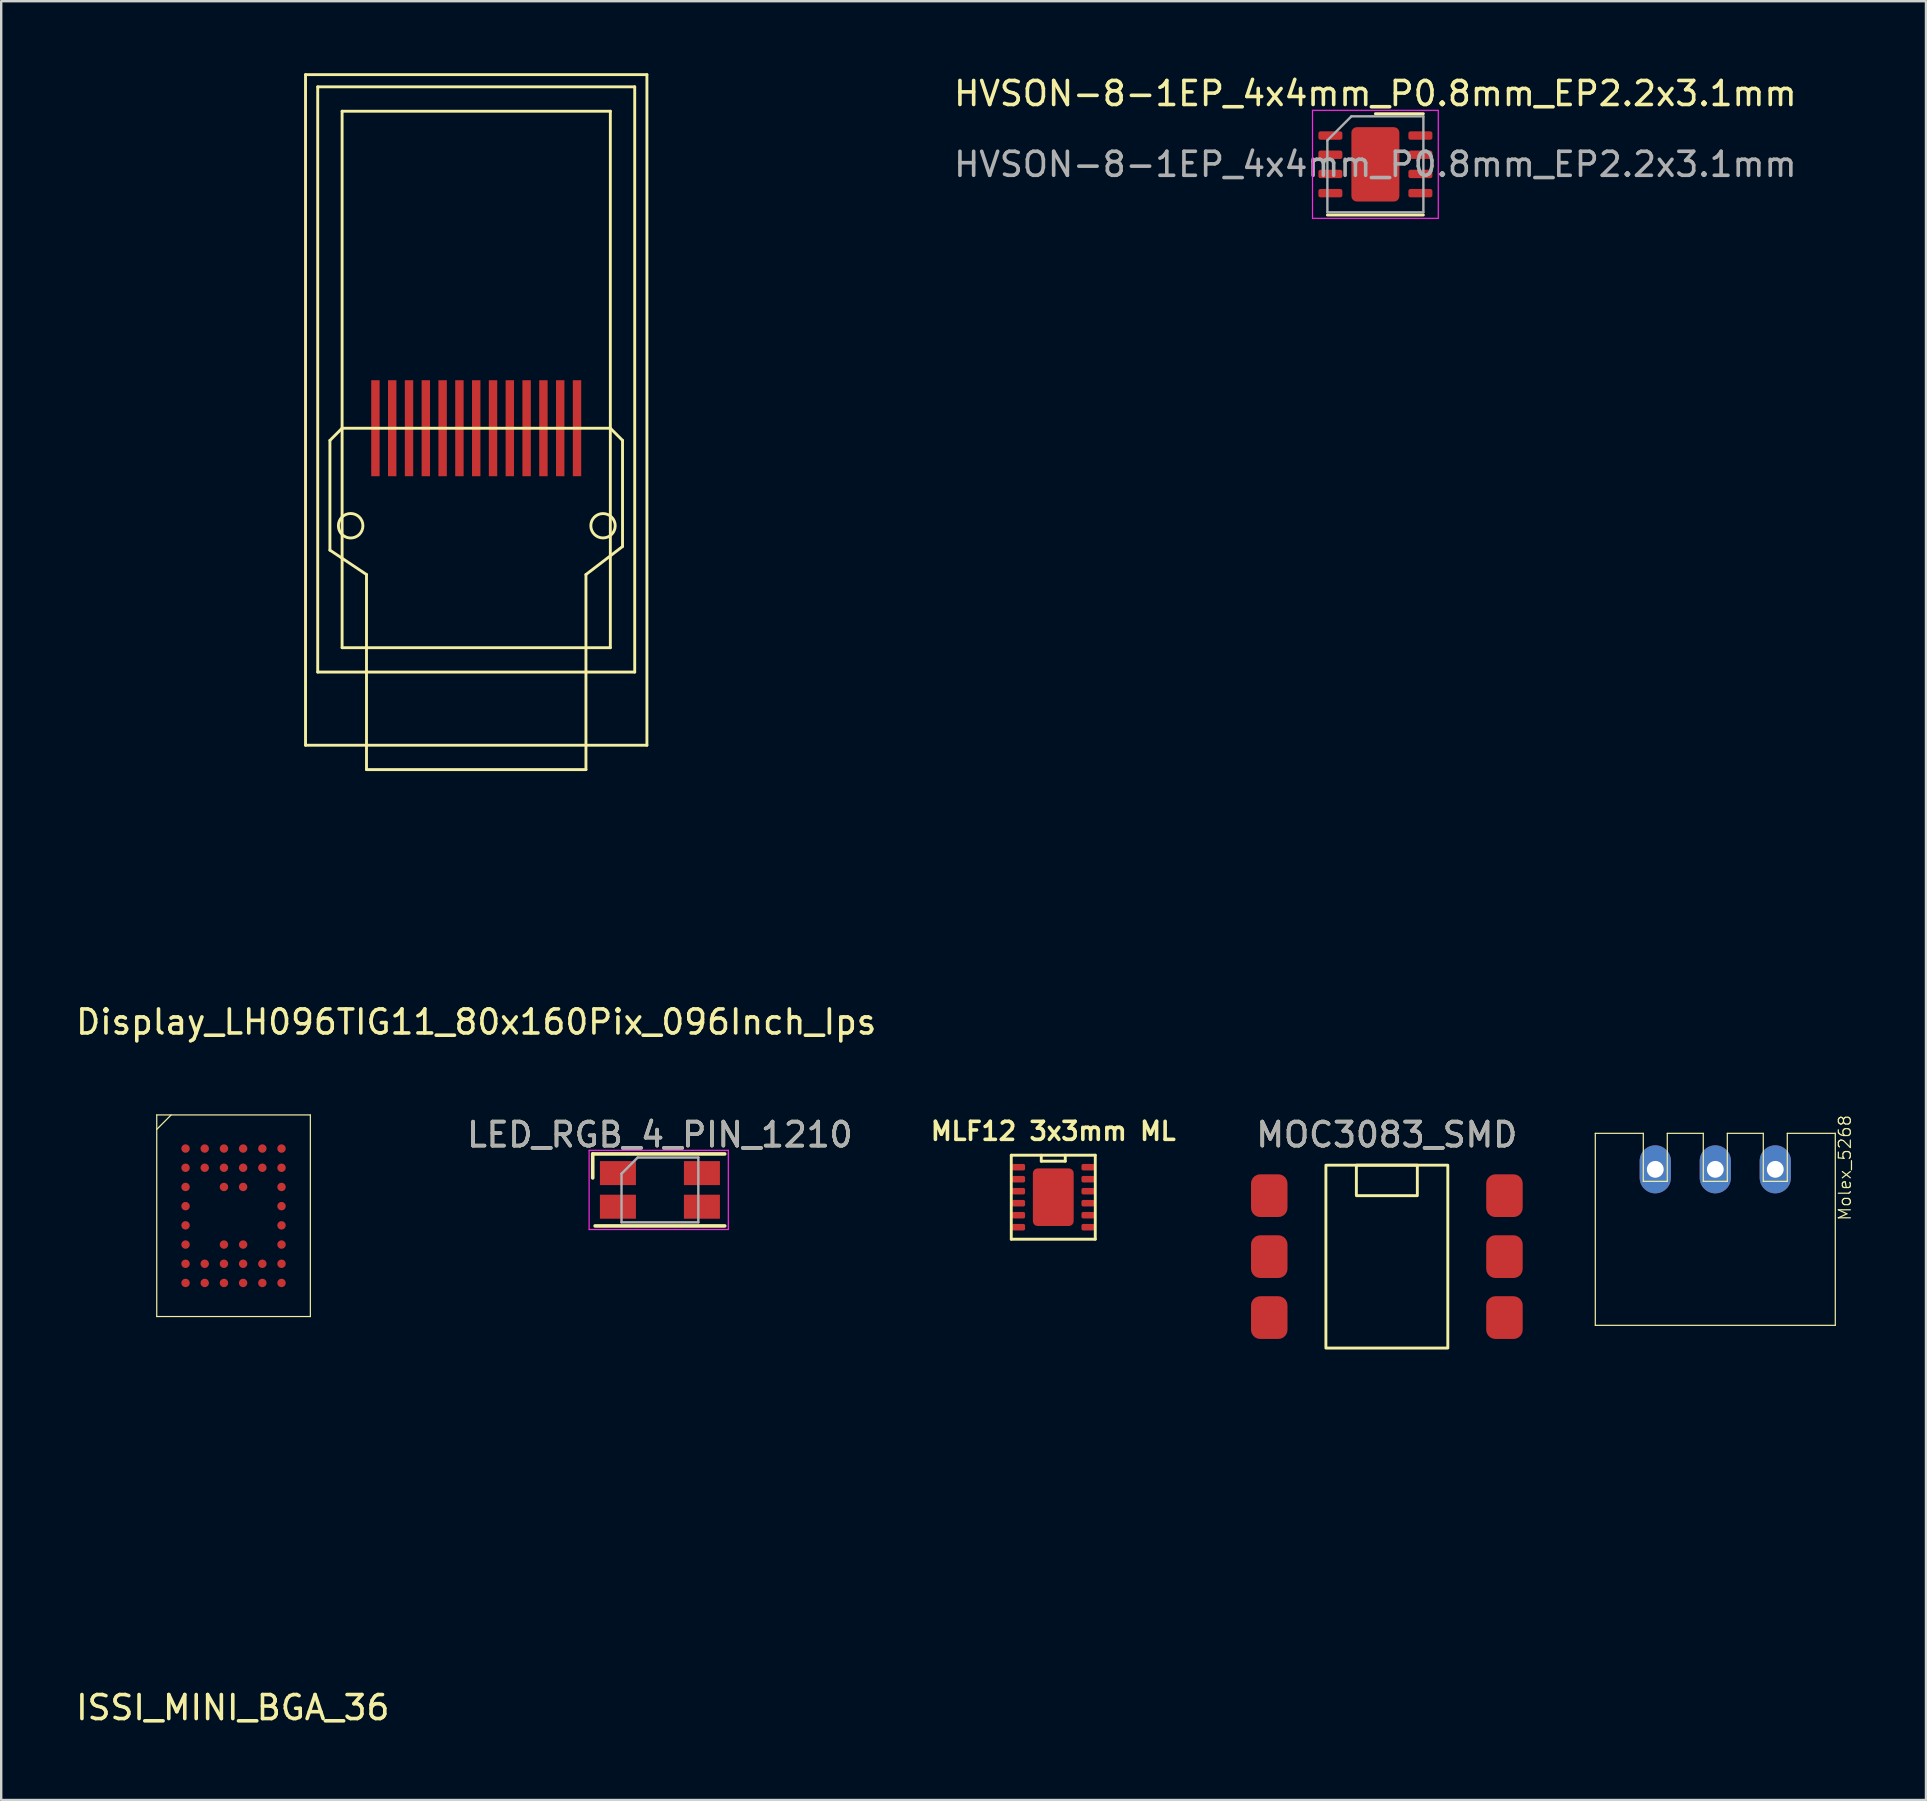
<source format=kicad_pcb>
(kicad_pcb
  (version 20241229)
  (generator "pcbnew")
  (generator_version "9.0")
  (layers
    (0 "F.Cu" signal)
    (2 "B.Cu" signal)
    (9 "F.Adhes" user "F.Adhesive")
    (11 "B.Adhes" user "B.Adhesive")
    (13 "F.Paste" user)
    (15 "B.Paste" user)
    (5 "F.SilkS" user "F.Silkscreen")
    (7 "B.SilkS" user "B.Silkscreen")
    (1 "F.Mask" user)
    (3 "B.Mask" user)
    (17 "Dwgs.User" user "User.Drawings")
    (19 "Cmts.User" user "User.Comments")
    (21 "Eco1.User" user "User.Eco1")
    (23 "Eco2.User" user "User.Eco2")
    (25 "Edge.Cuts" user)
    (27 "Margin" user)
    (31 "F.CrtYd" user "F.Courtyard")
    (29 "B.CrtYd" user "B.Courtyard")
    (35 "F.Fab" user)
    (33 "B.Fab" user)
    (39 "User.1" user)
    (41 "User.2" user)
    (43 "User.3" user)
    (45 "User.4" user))
  (footprint "MOC3083_SMD"
    (layer "F.Cu")
    (at 54.734 49.308)
    (property "Reference" "MOC3083_SMD" (at 0 -5.08 0) (unlocked yes) (layer "F.SilkS") (effects (font (size 1 1) (thickness 0.15))))
    (attr smd)
    (fp_rect (start -2.54 -3.81) (end 2.54 3.81) (stroke (width 0.12) (type solid)) (fill no) (layer "F.SilkS"))
    (fp_rect (start -1.27 -3.81) (end 1.27 -2.54) (stroke (width 0.12) (type solid)) (fill no) (layer "F.SilkS"))
    (fp_text user "${REFERENCE}" (at 0 -5.08 0) (unlocked yes) (layer "F.Fab") (effects (font (size 1 1) (thickness 0.15))))
    (pad "1" smd roundrect (at -4.9 -2.54) (size 1.52 1.78) (layers "F.Cu" "F.Mask" "F.Paste") (roundrect_rratio 0.25))
    (pad "2" smd roundrect (at -4.9 0) (size 1.52 1.78) (layers "F.Cu" "F.Mask" "F.Paste") (roundrect_rratio 0.25))
    (pad "3" smd roundrect (at -4.9 2.54) (size 1.52 1.78) (layers "F.Cu" "F.Mask" "F.Paste") (roundrect_rratio 0.25))
    (pad "4" smd roundrect (at 4.9 2.54) (size 1.52 1.78) (layers "F.Cu" "F.Mask" "F.Paste") (roundrect_rratio 0.25))
    (pad "5" smd roundrect (at 4.9 0) (size 1.52 1.78) (layers "F.Cu" "F.Mask" "F.Paste") (roundrect_rratio 0.25))
    (pad "6" smd roundrect (at 4.9 -2.54) (size 1.52 1.78) (layers "F.Cu" "F.Mask" "F.Paste") (roundrect_rratio 0.25)))
  (footprint "Display_LH096TIG11_80x160Pix_096Inch_Ips"
    (layer "F.Cu")
    (at 16.792 14.792)
    (property "Reference" "Display_LH096TIG11_80x160Pix_096Inch_Ips" (at 0 24.74 180) (layer "F.SilkS") (effects (font (size 1 1) (thickness 0.15))))
    (attr through_hole)
    (fp_line (start -7.112 -14.732) (end -7.112 13.208) (stroke (width 0.12) (type solid)) (layer "F.SilkS"))
    (fp_line (start -7.112 13.208) (end 7.112 13.208) (stroke (width 0.12) (type solid)) (layer "F.SilkS"))
    (fp_line (start -6.604 -14.224) (end 6.604 -14.224) (stroke (width 0.12) (type solid)) (layer "F.SilkS"))
    (fp_line (start -6.604 10.16) (end -6.604 -14.224) (stroke (width 0.12) (type solid)) (layer "F.SilkS"))
    (fp_line (start -6.604 10.16) (end 6.604 10.16) (stroke (width 0.12) (type solid)) (layer "F.SilkS"))
    (fp_line (start -6.096 0.508) (end -5.588 0) (stroke (width 0.12) (type solid)) (layer "F.SilkS"))
    (fp_line (start -6.096 5.08) (end -6.096 0.508) (stroke (width 0.12) (type solid)) (layer "F.SilkS"))
    (fp_line (start -6.096 5.08) (end -4.572 6.096) (stroke (width 0.12) (type solid)) (layer "F.SilkS"))
    (fp_line (start -5.588 -13.208) (end -5.588 9.144) (stroke (width 0.12) (type solid)) (layer "F.SilkS"))
    (fp_line (start -5.588 0) (end 5.588 0) (stroke (width 0.12) (type solid)) (layer "F.SilkS"))
    (fp_line (start -5.588 9.144) (end 5.588 9.144) (stroke (width 0.12) (type solid)) (layer "F.SilkS"))
    (fp_line (start -4.572 6.096) (end -4.572 14.224) (stroke (width 0.12) (type solid)) (layer "F.SilkS"))
    (fp_line (start -4.572 14.224) (end 4.572 14.224) (stroke (width 0.12) (type solid)) (layer "F.SilkS"))
    (fp_line (start 4.572 6.096) (end 6.096 4.928) (stroke (width 0.12) (type solid)) (layer "F.SilkS"))
    (fp_line (start 4.572 14.224) (end 4.572 6.096) (stroke (width 0.12) (type solid)) (layer "F.SilkS"))
    (fp_line (start 5.588 -13.208) (end -5.588 -13.208) (stroke (width 0.12) (type solid)) (layer "F.SilkS"))
    (fp_line (start 5.588 0) (end 6.096 0.508) (stroke (width 0.12) (type solid)) (layer "F.SilkS"))
    (fp_line (start 5.588 9.144) (end 5.588 -13.208) (stroke (width 0.12) (type solid)) (layer "F.SilkS"))
    (fp_line (start 6.096 4.928) (end 6.096 0.508) (stroke (width 0.12) (type solid)) (layer "F.SilkS"))
    (fp_line (start 6.604 -14.224) (end 6.604 10.16) (stroke (width 0.12) (type solid)) (layer "F.SilkS"))
    (fp_line (start 7.112 -14.732) (end -7.112 -14.732) (stroke (width 0.12) (type solid)) (layer "F.SilkS"))
    (fp_line (start 7.112 13.208) (end 7.112 -14.732) (stroke (width 0.12) (type solid)) (layer "F.SilkS"))
    (fp_circle (center -5.232 4.064) (end -5.283 3.556) (stroke (width 0.12) (type solid)) (fill no) (layer "F.SilkS"))
    (fp_circle (center 5.283 4.064) (end 4.978 3.658) (stroke (width 0.12) (type solid)) (fill no) (layer "F.SilkS"))
    (pad "1" smd rect (at 4.2 0 270) (size 4 0.35) (layers "F.Cu" "F.Mask" "F.Paste"))
    (pad "2" smd rect (at 3.5 0 270) (size 4 0.35) (layers "F.Cu" "F.Mask" "F.Paste"))
    (pad "3" smd rect (at 2.8 0 270) (size 4 0.35) (layers "F.Cu" "F.Mask" "F.Paste"))
    (pad "4" smd rect (at 2.1 0 270) (size 4 0.35) (layers "F.Cu" "F.Mask" "F.Paste"))
    (pad "5" smd rect (at 1.4 0 270) (size 4 0.35) (layers "F.Cu" "F.Mask" "F.Paste"))
    (pad "6" smd rect (at 0.7 0 270) (size 4 0.35) (layers "F.Cu" "F.Mask" "F.Paste"))
    (pad "7" smd rect (at 0 0 270) (size 4 0.35) (layers "F.Cu" "F.Mask" "F.Paste"))
    (pad "8" smd rect (at -0.7 0 270) (size 4 0.35) (layers "F.Cu" "F.Mask" "F.Paste"))
    (pad "9" smd rect (at -1.4 0 270) (size 4 0.35) (layers "F.Cu" "F.Mask" "F.Paste"))
    (pad "10" smd rect (at -2.1 0 270) (size 4 0.35) (layers "F.Cu" "F.Mask" "F.Paste"))
    (pad "11" smd rect (at -2.8 0 270) (size 4 0.35) (layers "F.Cu" "F.Mask" "F.Paste"))
    (pad "12" smd rect (at -3.5 0 270) (size 4 0.35) (layers "F.Cu" "F.Mask" "F.Paste"))
    (pad "13" smd rect (at -4.2 0 270) (size 4 0.35) (layers "F.Cu" "F.Mask" "F.Paste")))
  (footprint "MLF12 3x3mm ML"
    (layer "F.Cu")
    (at 40.835 46.832)
    (property "Reference" "MLF12 3x3mm ML" (at 0 -2.75 0) (layer "F.SilkS") (effects (font (size 0.75 0.75) (thickness 0.15))))
    (attr through_hole)
    (fp_line (start -1.75 -1.75) (end 1.75 -1.75) (stroke (width 0.12) (type solid)) (layer "F.SilkS"))
    (fp_line (start -1.75 1.75) (end -1.75 -1.75) (stroke (width 0.12) (type solid)) (layer "F.SilkS"))
    (fp_line (start -0.5 -1.75) (end -0.5 -1.5) (stroke (width 0.12) (type solid)) (layer "F.SilkS"))
    (fp_line (start -0.5 -1.5) (end 0.5 -1.5) (stroke (width 0.12) (type solid)) (layer "F.SilkS"))
    (fp_line (start 0.5 -1.5) (end 0.5 -1.75) (stroke (width 0.12) (type solid)) (layer "F.SilkS"))
    (fp_line (start 1.75 -1.75) (end 1.75 1.75) (stroke (width 0.12) (type solid)) (layer "F.SilkS"))
    (fp_line (start 1.75 1.75) (end -1.75 1.75) (stroke (width 0.12) (type solid)) (layer "F.SilkS"))
    (pad "1" smd roundrect (at -1.45 -1.25) (size 0.55 0.27) (layers "F.Cu" "F.Mask" "F.Paste") (roundrect_rratio 0.25))
    (pad "2" smd roundrect (at -1.45 -0.75) (size 0.55 0.27) (layers "F.Cu" "F.Mask" "F.Paste") (roundrect_rratio 0.25))
    (pad "3" smd roundrect (at -1.45 -0.25) (size 0.55 0.27) (layers "F.Cu" "F.Mask" "F.Paste") (roundrect_rratio 0.25))
    (pad "4" smd roundrect (at -1.45 0.25) (size 0.55 0.27) (layers "F.Cu" "F.Mask" "F.Paste") (roundrect_rratio 0.25))
    (pad "5" smd roundrect (at -1.45 0.75) (size 0.55 0.27) (layers "F.Cu" "F.Mask" "F.Paste") (roundrect_rratio 0.25))
    (pad "6" smd roundrect (at -1.45 1.25) (size 0.55 0.27) (layers "F.Cu" "F.Mask" "F.Paste") (roundrect_rratio 0.25))
    (pad "7" smd roundrect (at 1.45 1.25) (size 0.55 0.27) (layers "F.Cu" "F.Mask" "F.Paste") (roundrect_rratio 0.25))
    (pad "8" smd roundrect (at 1.45 0.75) (size 0.55 0.27) (layers "F.Cu" "F.Mask" "F.Paste") (roundrect_rratio 0.25))
    (pad "9" smd roundrect (at 1.45 0.25) (size 0.55 0.27) (layers "F.Cu" "F.Mask" "F.Paste") (roundrect_rratio 0.25))
    (pad "10" smd roundrect (at 1.45 -0.25) (size 0.55 0.27) (layers "F.Cu" "F.Mask" "F.Paste") (roundrect_rratio 0.25))
    (pad "11" smd roundrect (at 1.45 -0.75) (size 0.55 0.27) (layers "F.Cu" "F.Mask" "F.Paste") (roundrect_rratio 0.25))
    (pad "12" smd roundrect (at 1.45 -1.25) (size 0.55 0.27) (layers "F.Cu" "F.Mask" "F.Paste") (roundrect_rratio 0.25))
    (pad "13" smd roundrect (at 0 0) (size 1.7 2.4) (layers "F.Cu" "F.Mask" "F.Paste") (roundrect_rratio 0.118)))
  (footprint "ISSI_MINI_BGA_36"
    (layer "F.Cu")
    (at 6.649 47.599)
    (property "Reference" "ISSI_MINI_BGA_36" (at 0 20.5 0) (layer "F.SilkS") (effects (font (size 1 1) (thickness 0.15))))
    (attr smd)
    (fp_line (start -3.168 -4.194) (end -3.168 4.206) (stroke (width 0.05) (type solid)) (layer "F.SilkS"))
    (fp_line (start -3.168 -4.194) (end 3.232 -4.194) (stroke (width 0.05) (type solid)) (layer "F.SilkS"))
    (fp_line (start -3.168 -3.594) (end -2.568 -4.194) (stroke (width 0.05) (type solid)) (layer "F.SilkS"))
    (fp_line (start -3.168 4.206) (end 3.232 4.206) (stroke (width 0.05) (type solid)) (layer "F.SilkS"))
    (fp_line (start 3.232 4.206) (end 3.232 -4.194) (stroke (width 0.05) (type solid)) (layer "F.SilkS"))
    (pad "A1" smd circle (at -1.968 -2.794) (size 0.35 0.35) (layers "F.Cu" "F.Mask" "F.Paste"))
    (pad "A2" smd circle (at -1.169 -2.794) (size 0.35 0.35) (layers "F.Cu" "F.Mask" "F.Paste"))
    (pad "A3" smd circle (at -0.368 -2.794) (size 0.35 0.35) (layers "F.Cu" "F.Mask" "F.Paste"))
    (pad "A4" smd circle (at 0.431 -2.794) (size 0.35 0.35) (layers "F.Cu" "F.Mask" "F.Paste"))
    (pad "A5" smd circle (at 1.232 -2.794) (size 0.35 0.35) (layers "F.Cu" "F.Mask" "F.Paste"))
    (pad "A6" smd circle (at 2.031 -2.794) (size 0.35 0.35) (layers "F.Cu" "F.Mask" "F.Paste"))
    (pad "B1" smd circle (at -1.968 -1.994) (size 0.35 0.35) (layers "F.Cu" "F.Mask" "F.Paste"))
    (pad "B2" smd circle (at -1.169 -1.994) (size 0.35 0.35) (layers "F.Cu" "F.Mask" "F.Paste"))
    (pad "B3" smd circle (at -0.368 -1.994) (size 0.35 0.35) (layers "F.Cu" "F.Mask" "F.Paste"))
    (pad "B4" smd circle (at 0.431 -1.994) (size 0.35 0.35) (layers "F.Cu" "F.Mask" "F.Paste"))
    (pad "B5" smd circle (at 1.232 -1.994) (size 0.35 0.35) (layers "F.Cu" "F.Mask" "F.Paste"))
    (pad "B6" smd circle (at 2.031 -1.994) (size 0.35 0.35) (layers "F.Cu" "F.Mask" "F.Paste"))
    (pad "C1" smd circle (at -1.968 -1.194) (size 0.35 0.35) (layers "F.Cu" "F.Mask" "F.Paste"))
    (pad "C3" smd circle (at -0.368 -1.194) (size 0.35 0.35) (layers "F.Cu" "F.Mask" "F.Paste"))
    (pad "C4" smd circle (at 0.431 -1.194) (size 0.35 0.35) (layers "F.Cu" "F.Mask" "F.Paste"))
    (pad "C6" smd circle (at 2.031 -1.194) (size 0.35 0.35) (layers "F.Cu" "F.Mask" "F.Paste"))
    (pad "D1" smd circle (at -1.968 -0.394) (size 0.35 0.35) (layers "F.Cu" "F.Mask" "F.Paste"))
    (pad "D6" smd circle (at 2.031 -0.394) (size 0.35 0.35) (layers "F.Cu" "F.Mask" "F.Paste"))
    (pad "E1" smd circle (at -1.968 0.406) (size 0.35 0.35) (layers "F.Cu" "F.Mask" "F.Paste"))
    (pad "E6" smd circle (at 2.031 0.406) (size 0.35 0.35) (layers "F.Cu" "F.Mask" "F.Paste"))
    (pad "F1" smd circle (at -1.968 1.206) (size 0.35 0.35) (layers "F.Cu" "F.Mask" "F.Paste"))
    (pad "F3" smd circle (at -0.368 1.206) (size 0.35 0.35) (layers "F.Cu" "F.Mask" "F.Paste"))
    (pad "F4" smd circle (at 0.431 1.206) (size 0.35 0.35) (layers "F.Cu" "F.Mask" "F.Paste"))
    (pad "F6" smd circle (at 2.031 1.206) (size 0.35 0.35) (layers "F.Cu" "F.Mask" "F.Paste"))
    (pad "G1" smd circle (at -1.968 2.006) (size 0.35 0.35) (layers "F.Cu" "F.Mask" "F.Paste"))
    (pad "G2" smd circle (at -1.169 2.006) (size 0.35 0.35) (layers "F.Cu" "F.Mask" "F.Paste"))
    (pad "G3" smd circle (at -0.368 2.006) (size 0.35 0.35) (layers "F.Cu" "F.Mask" "F.Paste"))
    (pad "G4" smd circle (at 0.431 2.006) (size 0.35 0.35) (layers "F.Cu" "F.Mask" "F.Paste"))
    (pad "G5" smd circle (at 1.232 2.006) (size 0.35 0.35) (layers "F.Cu" "F.Mask" "F.Paste"))
    (pad "G6" smd circle (at 2.031 2.006) (size 0.35 0.35) (layers "F.Cu" "F.Mask" "F.Paste"))
    (pad "H1" smd circle (at -1.968 2.806) (size 0.35 0.35) (layers "F.Cu" "F.Mask" "F.Paste"))
    (pad "H2" smd circle (at -1.169 2.806) (size 0.35 0.35) (layers "F.Cu" "F.Mask" "F.Paste"))
    (pad "H3" smd circle (at -0.368 2.806) (size 0.35 0.35) (layers "F.Cu" "F.Mask" "F.Paste"))
    (pad "H4" smd circle (at 0.431 2.806) (size 0.35 0.35) (layers "F.Cu" "F.Mask" "F.Paste"))
    (pad "H5" smd circle (at 1.232 2.806) (size 0.35 0.35) (layers "F.Cu" "F.Mask" "F.Paste"))
    (pad "H6" smd circle (at 2.031 2.806) (size 0.35 0.35) (layers "F.Cu" "F.Mask" "F.Paste")))
  (footprint "HVSON-8-1EP_4x4mm_P0.8mm_EP2.2x3.1mm"
    (layer "F.Cu")
    (at 54.256 3.798)
    (property "Reference" "HVSON-8-1EP_4x4mm_P0.8mm_EP2.2x3.1mm" (at 0 -2.95 0) (layer "F.SilkS") (effects (font (size 1 1) (thickness 0.15))))
    (attr smd)
    (fp_line (start -2 2.11) (end 2 2.11) (stroke (width 0.12) (type solid)) (layer "F.SilkS"))
    (fp_line (start 0 -2.11) (end 2 -2.11) (stroke (width 0.12) (type solid)) (layer "F.SilkS"))
    (fp_line (start -2.62 -2.25) (end -2.62 2.25) (stroke (width 0.05) (type solid)) (layer "F.CrtYd"))
    (fp_line (start -2.62 2.25) (end 2.62 2.25) (stroke (width 0.05) (type solid)) (layer "F.CrtYd"))
    (fp_line (start 2.62 -2.25) (end -2.62 -2.25) (stroke (width 0.05) (type solid)) (layer "F.CrtYd"))
    (fp_line (start 2.62 2.25) (end 2.62 -2.25) (stroke (width 0.05) (type solid)) (layer "F.CrtYd"))
    (fp_line (start -2 -1) (end -1 -2) (stroke (width 0.1) (type solid)) (layer "F.Fab"))
    (fp_line (start -2 2) (end -2 -1) (stroke (width 0.1) (type solid)) (layer "F.Fab"))
    (fp_line (start -1 -2) (end 2 -2) (stroke (width 0.1) (type solid)) (layer "F.Fab"))
    (fp_line (start 2 -2) (end 2 2) (stroke (width 0.1) (type solid)) (layer "F.Fab"))
    (fp_line (start 2 2) (end -2 2) (stroke (width 0.1) (type solid)) (layer "F.Fab"))
    (fp_text user "${REFERENCE}" (at 0 0 0) (layer "F.Fab") (effects (font (size 1 1) (thickness 0.15))))
    (pad "" smd roundrect (at -0.55 -0.775) (size 0.59 1.05) (layers "F.Paste") (roundrect_rratio 0.25))
    (pad "" smd roundrect (at -0.55 0.775) (size 0.59 1.05) (layers "F.Paste") (roundrect_rratio 0.25))
    (pad "" smd roundrect (at 0.55 -0.775) (size 0.59 1.05) (layers "F.Paste") (roundrect_rratio 0.25))
    (pad "" smd roundrect (at 0.55 0.775) (size 0.59 1.05) (layers "F.Paste") (roundrect_rratio 0.25))
    (pad "1" smd roundrect (at -1.875 -1.2) (size 1 0.35) (layers "F.Cu" "F.Mask" "F.Paste") (roundrect_rratio 0.25))
    (pad "2" smd roundrect (at -1.875 -0.4) (size 1 0.35) (layers "F.Cu" "F.Mask" "F.Paste") (roundrect_rratio 0.25))
    (pad "3" smd roundrect (at -1.875 0.4) (size 1 0.35) (layers "F.Cu" "F.Mask" "F.Paste") (roundrect_rratio 0.25))
    (pad "4" smd roundrect (at -1.875 1.2) (size 1 0.35) (layers "F.Cu" "F.Mask" "F.Paste") (roundrect_rratio 0.25))
    (pad "5" smd roundrect (at 1.875 1.2) (size 1 0.35) (layers "F.Cu" "F.Mask" "F.Paste") (roundrect_rratio 0.25))
    (pad "6" smd roundrect (at 1.875 0.4) (size 1 0.35) (layers "F.Cu" "F.Mask" "F.Paste") (roundrect_rratio 0.25))
    (pad "7" smd roundrect (at 1.875 -0.4) (size 1 0.35) (layers "F.Cu" "F.Mask" "F.Paste") (roundrect_rratio 0.25))
    (pad "8" smd roundrect (at 1.875 -1.2) (size 1 0.35) (layers "F.Cu" "F.Mask" "F.Paste") (roundrect_rratio 0.25))
    (pad "9" smd roundrect (at 0 0) (size 2 3.1) (layers "F.Cu" "F.Mask") (roundrect_rratio 0.114)))
  (footprint "Molex_5268"
    (layer "F.Cu")
    (at 65.942 45.671)
    (property "Reference" "Molex_5268" (at 7.874 -0.064 90) (layer "F.SilkS") (effects (font (size 0.5 0.5) (thickness 0.05))))
    (attr through_hole)
    (fp_line (start -2.523 -1.5) (end -2.523 6.5) (stroke (width 0.05) (type solid)) (layer "F.SilkS"))
    (fp_line (start -2.523 6.5) (end 7.476 6.5) (stroke (width 0.05) (type solid)) (layer "F.SilkS"))
    (fp_line (start -0.523 -1.5) (end -2.523 -1.5) (stroke (width 0.05) (type solid)) (layer "F.SilkS"))
    (fp_line (start -0.523 0.5) (end -0.523 -1.5) (stroke (width 0.05) (type solid)) (layer "F.SilkS"))
    (fp_line (start 0.476 -1.5) (end 0.476 0.5) (stroke (width 0.05) (type solid)) (layer "F.SilkS"))
    (fp_line (start 0.476 0.5) (end -0.523 0.5) (stroke (width 0.05) (type solid)) (layer "F.SilkS"))
    (fp_line (start 1.976 -1.5) (end 0.476 -1.5) (stroke (width 0.05) (type solid)) (layer "F.SilkS"))
    (fp_line (start 1.976 0.5) (end 1.976 -1.5) (stroke (width 0.05) (type solid)) (layer "F.SilkS"))
    (fp_line (start 2.977 -1.5) (end 2.977 0.5) (stroke (width 0.05) (type solid)) (layer "F.SilkS"))
    (fp_line (start 2.977 0.5) (end 1.976 0.5) (stroke (width 0.05) (type solid)) (layer "F.SilkS"))
    (fp_line (start 4.476 -1.5) (end 2.977 -1.5) (stroke (width 0.05) (type solid)) (layer "F.SilkS"))
    (fp_line (start 4.476 0.5) (end 4.476 -1.5) (stroke (width 0.05) (type solid)) (layer "F.SilkS"))
    (fp_line (start 5.476 -1.5) (end 5.476 0.5) (stroke (width 0.05) (type solid)) (layer "F.SilkS"))
    (fp_line (start 5.476 -1.5) (end 7.476 -1.5) (stroke (width 0.05) (type solid)) (layer "F.SilkS"))
    (fp_line (start 5.476 0.5) (end 4.476 0.5) (stroke (width 0.05) (type solid)) (layer "F.SilkS"))
    (fp_line (start 7.476 6.5) (end 7.476 -1.5) (stroke (width 0.05) (type solid)) (layer "F.SilkS"))
    (pad "1" thru_hole oval (at 4.976 0 180) (size 1.3 2) (drill 0.7) (layers "*.Cu" "*.Mask"))
    (pad "2" thru_hole oval (at 2.477 0 180) (size 1.3 2) (drill 0.7) (layers "*.Cu" "*.Mask"))
    (pad "3" thru_hole oval (at -0.024 0 180) (size 1.3 2) (drill 0.7) (layers "*.Cu" "*.Mask")))
  (footprint "LED_RGB_4_PIN_1210"
    (layer "F.Cu")
    (at 24.446 46.528)
    (property "Reference" "LED_RGB_4_PIN_1210" (at 0 -2.3 0) (layer "F.SilkS") (effects (font (size 1 1) (thickness 0.15))))
    (attr smd)
    (fp_line (start -2.8 -0.5) (end -2.8 -1.5) (stroke (width 0.15) (type solid)) (layer "F.SilkS"))
    (fp_line (start 2.7 -1.5) (end -2.8 -1.5) (stroke (width 0.15) (type solid)) (layer "F.SilkS"))
    (fp_line (start 2.7 1.5) (end -2.7 1.5) (stroke (width 0.15) (type solid)) (layer "F.SilkS"))
    (fp_line (start -2.95 -1.65) (end -2.95 1.65) (stroke (width 0.05) (type solid)) (layer "F.CrtYd"))
    (fp_line (start -2.95 1.65) (end 2.85 1.65) (stroke (width 0.05) (type solid)) (layer "F.CrtYd"))
    (fp_line (start 2.85 -1.65) (end -2.95 -1.65) (stroke (width 0.05) (type solid)) (layer "F.CrtYd"))
    (fp_line (start 2.85 1.65) (end 2.85 -1.65) (stroke (width 0.05) (type solid)) (layer "F.CrtYd"))
    (fp_line (start -1.6 -0.675) (end -0.925 -1.35) (stroke (width 0.1) (type solid)) (layer "F.Fab"))
    (fp_line (start -1.6 1.35) (end -1.6 -0.675) (stroke (width 0.1) (type solid)) (layer "F.Fab"))
    (fp_line (start -0.925 -1.35) (end 1.6 -1.35) (stroke (width 0.1) (type solid)) (layer "F.Fab"))
    (fp_line (start 1.6 -1.35) (end 1.6 1.35) (stroke (width 0.1) (type solid)) (layer "F.Fab"))
    (fp_line (start 1.6 1.35) (end -1.6 1.35) (stroke (width 0.1) (type solid)) (layer "F.Fab"))
    (fp_text user "${REFERENCE}" (at 0 -2.3 0) (layer "F.Fab") (effects (font (size 1 1) (thickness 0.15))))
    (pad "1" smd rect (at -1.75 -0.7 180) (size 1.5 1) (layers "F.Cu" "F.Mask" "F.Paste"))
    (pad "2" smd rect (at 1.75 -0.7 180) (size 1.5 1) (layers "F.Cu" "F.Mask" "F.Paste"))
    (pad "3" smd rect (at -1.75 0.7 180) (size 1.5 1) (layers "F.Cu" "F.Mask" "F.Paste"))
    (pad "4" smd rect (at 1.75 0.7 180) (size 1.5 1) (layers "F.Cu" "F.Mask" "F.Paste")))
  (gr_rect
    (start -3 -3)
    (end 77.197 71.947)
    (stroke (width 0.1) (type default))
    (fill no)
    (layer "Edge.Cuts")))
</source>
